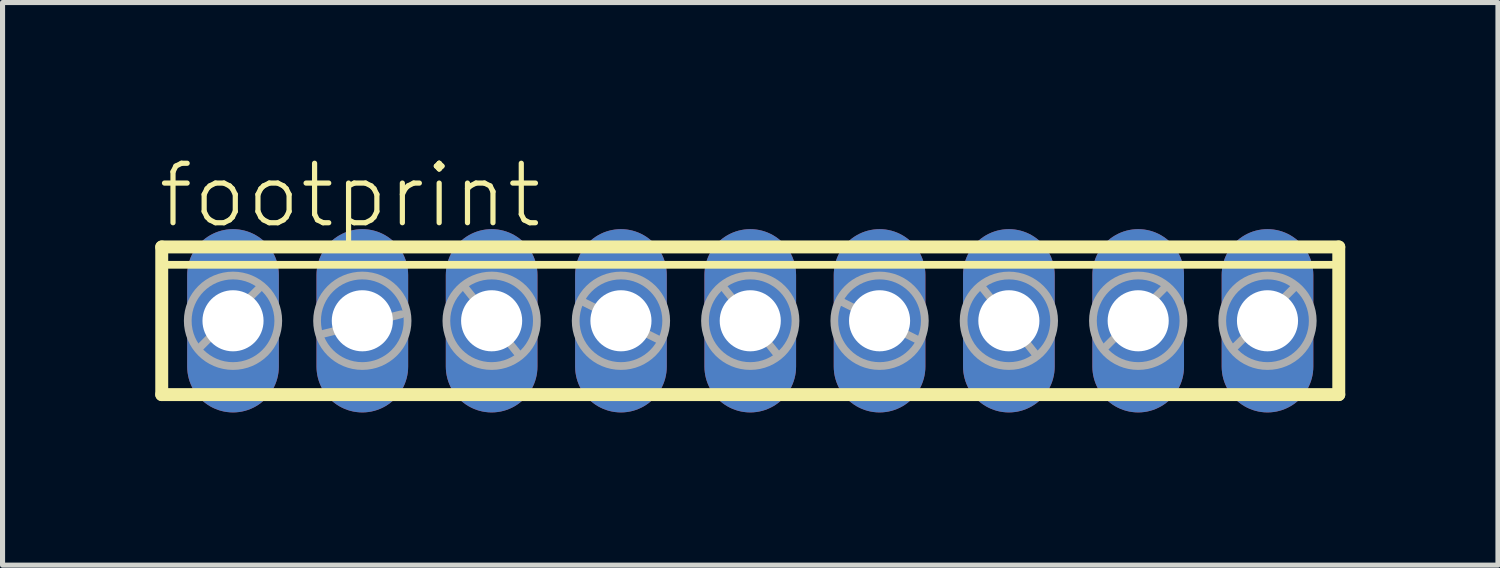
<source format=kicad_pcb>
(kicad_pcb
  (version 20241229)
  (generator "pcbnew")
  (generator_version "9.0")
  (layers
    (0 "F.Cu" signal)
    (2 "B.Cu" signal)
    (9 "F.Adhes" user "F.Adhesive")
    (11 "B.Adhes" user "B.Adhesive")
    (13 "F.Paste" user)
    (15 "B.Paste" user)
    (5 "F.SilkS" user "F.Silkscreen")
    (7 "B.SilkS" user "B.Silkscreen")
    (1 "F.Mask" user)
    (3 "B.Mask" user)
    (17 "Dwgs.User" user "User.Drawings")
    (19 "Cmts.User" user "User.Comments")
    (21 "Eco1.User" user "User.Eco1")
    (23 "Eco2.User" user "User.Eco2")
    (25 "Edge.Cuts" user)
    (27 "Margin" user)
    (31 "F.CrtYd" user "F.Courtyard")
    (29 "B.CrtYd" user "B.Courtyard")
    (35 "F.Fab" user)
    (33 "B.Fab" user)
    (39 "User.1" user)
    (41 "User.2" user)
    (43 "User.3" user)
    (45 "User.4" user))
  (footprint "footprint"
    (layer "F.Cu")
    (at 11.687 3.251)
    (property "Reference" "footprint" (at -11.684 -1.778 0) (layer "F.SilkS") (effects (font (size 1.168 1.168) (thickness 0.102)) (justify left bottom)))
    (fp_line (start -11.56 -1.45) (end -11.56 1.45) (stroke (width 0.254) (type solid)) (layer "F.SilkS"))
    (fp_line (start -11.56 1.45) (end 11.56 1.45) (stroke (width 0.254) (type solid)) (layer "F.SilkS"))
    (fp_line (start -11.45 -1.1) (end 11.45 -1.1) (stroke (width 0.152) (type solid)) (layer "F.SilkS"))
    (fp_line (start 11.56 -1.45) (end -11.56 -1.45) (stroke (width 0.254) (type solid)) (layer "F.SilkS"))
    (fp_line (start 11.56 1.45) (end 11.56 -1.45) (stroke (width 0.254) (type solid)) (layer "F.SilkS"))
    (fp_line (start -10.795 0.508) (end -9.652 -0.635) (stroke (width 0.152) (type solid)) (layer "F.Fab"))
    (fp_line (start -8.382 0.254) (end -6.858 -0.127) (stroke (width 0.152) (type solid)) (layer "F.Fab"))
    (fp_line (start -5.588 -0.635) (end -4.572 0.635) (stroke (width 0.152) (type solid)) (layer "F.Fab"))
    (fp_line (start -3.302 -0.381) (end -1.778 0.381) (stroke (width 0.152) (type solid)) (layer "F.Fab"))
    (fp_line (start -0.508 -0.635) (end 0.508 0.635) (stroke (width 0.152) (type solid)) (layer "F.Fab"))
    (fp_line (start 1.778 -0.381) (end 3.302 0.381) (stroke (width 0.152) (type solid)) (layer "F.Fab"))
    (fp_line (start 4.572 -0.635) (end 5.588 0.635) (stroke (width 0.152) (type solid)) (layer "F.Fab"))
    (fp_line (start 6.985 0.508) (end 8.128 -0.635) (stroke (width 0.152) (type solid)) (layer "F.Fab"))
    (fp_line (start 9.525 0.508) (end 10.668 -0.635) (stroke (width 0.152) (type solid)) (layer "F.Fab"))
    (fp_circle (center -10.16 0) (end -9.271 0) (stroke (width 0.152) (type solid)) (fill no) (layer "F.Fab"))
    (fp_circle (center -7.62 0) (end -6.731 0) (stroke (width 0.152) (type solid)) (fill no) (layer "F.Fab"))
    (fp_circle (center -5.08 0) (end -4.191 0) (stroke (width 0.152) (type solid)) (fill no) (layer "F.Fab"))
    (fp_circle (center -2.54 0) (end -1.651 0) (stroke (width 0.152) (type solid)) (fill no) (layer "F.Fab"))
    (fp_circle (center 0 0) (end 0.889 0) (stroke (width 0.152) (type solid)) (fill no) (layer "F.Fab"))
    (fp_circle (center 2.54 0) (end 3.429 0) (stroke (width 0.152) (type solid)) (fill no) (layer "F.Fab"))
    (fp_circle (center 5.08 0) (end 5.969 0) (stroke (width 0.152) (type solid)) (fill no) (layer "F.Fab"))
    (fp_circle (center 7.62 0) (end 8.509 0) (stroke (width 0.152) (type solid)) (fill no) (layer "F.Fab"))
    (fp_circle (center 10.16 0) (end 11.049 0) (stroke (width 0.152) (type solid)) (fill no) (layer "F.Fab"))
    (pad "1" thru_hole oval (at -10.16 0 90) (size 3.6 1.8) (drill 1.2) (layers "*.Cu" "*.Mask"))
    (pad "2" thru_hole oval (at -7.62 0 90) (size 3.6 1.8) (drill 1.2) (layers "*.Cu" "*.Mask"))
    (pad "3" thru_hole oval (at -5.08 0 90) (size 3.6 1.8) (drill 1.2) (layers "*.Cu" "*.Mask"))
    (pad "4" thru_hole oval (at -2.54 0 90) (size 3.6 1.8) (drill 1.2) (layers "*.Cu" "*.Mask"))
    (pad "5" thru_hole oval (at 0 0 90) (size 3.6 1.8) (drill 1.2) (layers "*.Cu" "*.Mask"))
    (pad "6" thru_hole oval (at 2.54 0 90) (size 3.6 1.8) (drill 1.2) (layers "*.Cu" "*.Mask"))
    (pad "7" thru_hole oval (at 5.08 0 90) (size 3.6 1.8) (drill 1.2) (layers "*.Cu" "*.Mask"))
    (pad "8" thru_hole oval (at 7.62 0 90) (size 3.6 1.8) (drill 1.2) (layers "*.Cu" "*.Mask"))
    (pad "9" thru_hole oval (at 10.16 0 90) (size 3.6 1.8) (drill 1.2) (layers "*.Cu" "*.Mask")))
  (gr_rect
    (start -3 -3)
    (end 26.374 8.051)
    (stroke (width 0.1) (type default))
    (fill no)
    (layer "Edge.Cuts")))
</source>
